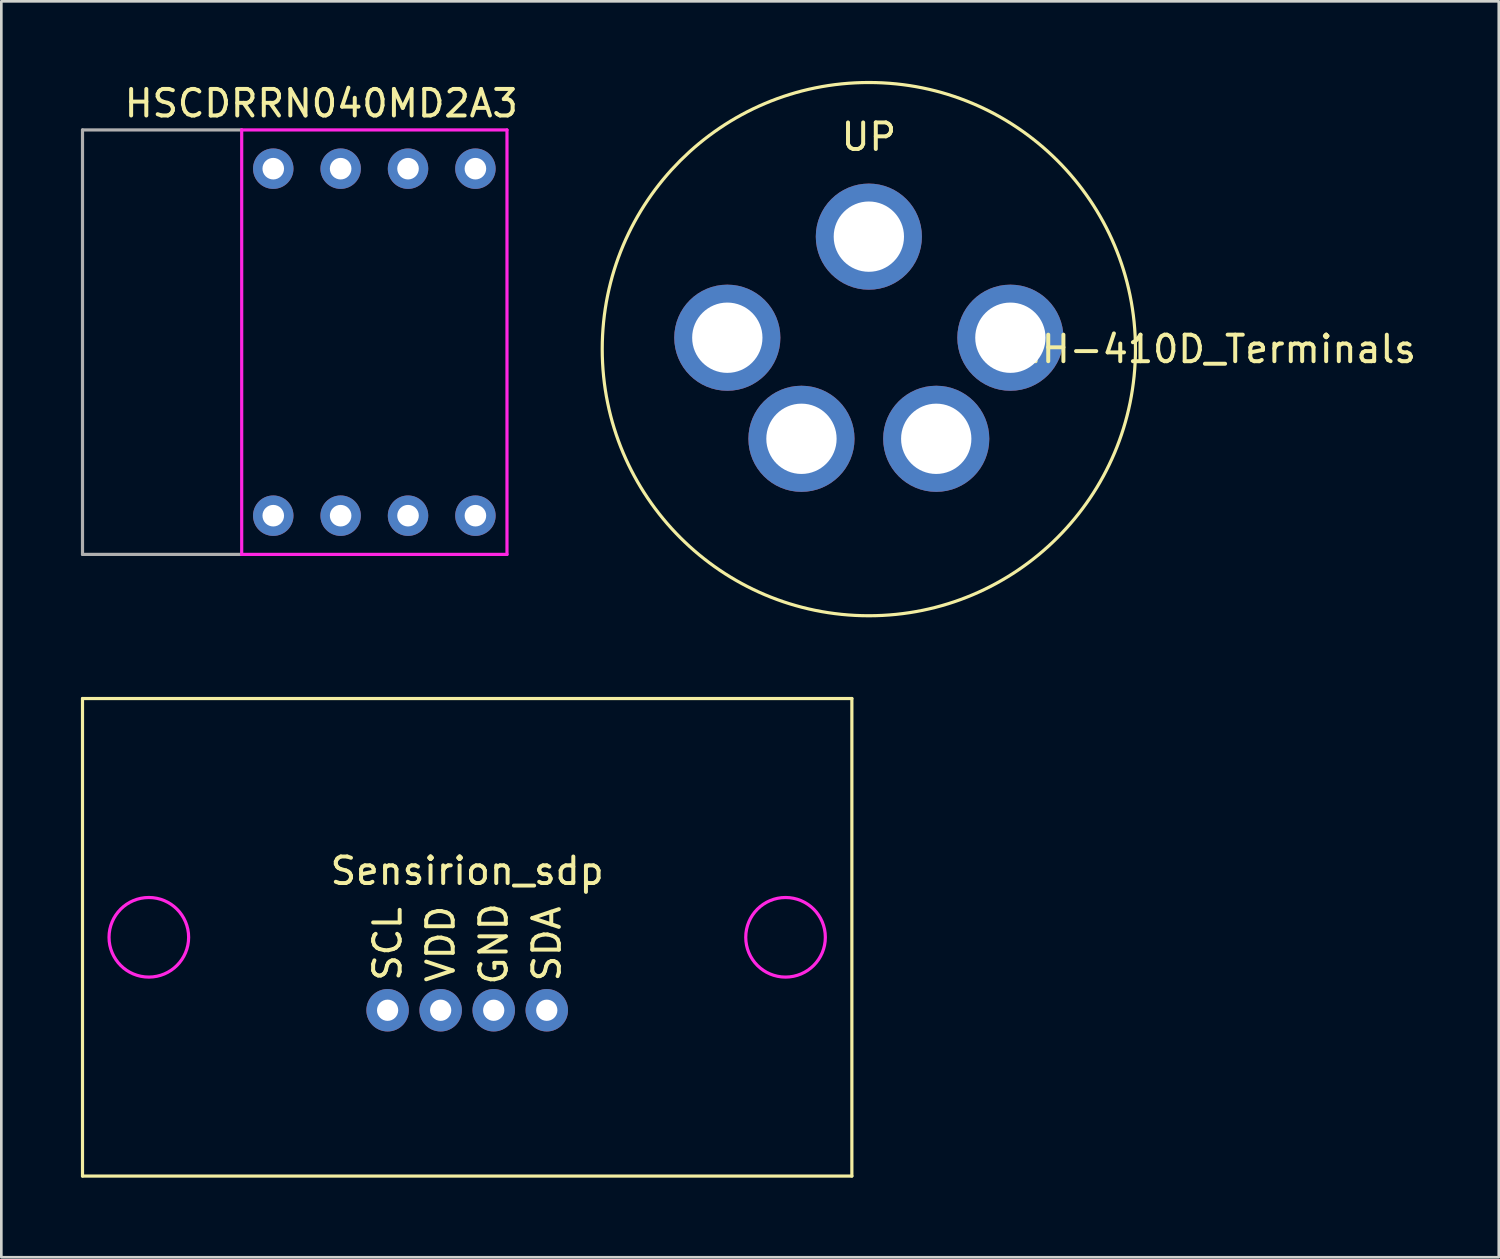
<source format=kicad_pcb>
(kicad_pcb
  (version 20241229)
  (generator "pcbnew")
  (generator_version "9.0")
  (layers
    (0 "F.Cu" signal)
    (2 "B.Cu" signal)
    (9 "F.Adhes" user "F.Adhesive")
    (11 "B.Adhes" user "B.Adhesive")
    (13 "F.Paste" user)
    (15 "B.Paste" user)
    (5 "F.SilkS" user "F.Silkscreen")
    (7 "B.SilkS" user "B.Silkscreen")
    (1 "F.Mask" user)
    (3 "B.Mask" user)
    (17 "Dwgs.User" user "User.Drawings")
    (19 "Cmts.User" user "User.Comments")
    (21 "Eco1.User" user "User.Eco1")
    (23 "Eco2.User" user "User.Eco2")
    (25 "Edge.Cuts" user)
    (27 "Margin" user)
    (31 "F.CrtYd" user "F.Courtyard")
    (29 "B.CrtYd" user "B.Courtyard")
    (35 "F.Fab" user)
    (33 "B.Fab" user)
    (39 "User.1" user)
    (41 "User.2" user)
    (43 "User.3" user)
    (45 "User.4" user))
  (footprint "Sensirion_sdp"
    (layer "F.Cu")
    (at 14.56 32.28)
    (property "Reference" "Sensirion_sdp" (at 0 -2.5 0) (layer "F.SilkS") (effects (font (size 1 1) (thickness 0.15))))
    (attr through_hole)
    (fp_line (start -14.5 -9) (end 14.5 -9) (stroke (width 0.12) (type solid)) (layer "F.SilkS"))
    (fp_line (start -14.5 9) (end -14.5 -9) (stroke (width 0.12) (type solid)) (layer "F.SilkS"))
    (fp_line (start 14.5 -9) (end 14.5 9) (stroke (width 0.12) (type solid)) (layer "F.SilkS"))
    (fp_line (start 14.5 9) (end -14.5 9) (stroke (width 0.12) (type solid)) (layer "F.SilkS"))
    (fp_circle (center -12 0) (end -10.5 0) (stroke (width 0.12) (type solid)) (fill no) (layer "F.CrtYd"))
    (fp_circle (center 12 0) (end 10.5 0) (stroke (width 0.12) (type solid)) (fill no) (layer "F.CrtYd"))
    (fp_text user "SDA" (at 3 0.25 90) (layer "F.SilkS") (effects (font (size 1 1) (thickness 0.15))))
    (fp_text user "VDD" (at -1 0.25 90) (layer "F.SilkS") (effects (font (size 1 1) (thickness 0.15))))
    (fp_text user "GND" (at 1 0.25 90) (layer "F.SilkS") (effects (font (size 1 1) (thickness 0.15))))
    (fp_text user "SCL" (at -3 0.25 90) (layer "F.SilkS") (effects (font (size 1 1) (thickness 0.15))))
    (pad "1" thru_hole circle (at -3 2.75) (size 1.6 1.6) (drill 0.8) (layers "*.Cu" "*.Mask"))
    (pad "2" thru_hole circle (at -1 2.75) (size 1.6 1.6) (drill 0.8) (layers "*.Cu" "*.Mask"))
    (pad "3" thru_hole circle (at 1 2.75) (size 1.6 1.6) (drill 0.8) (layers "*.Cu" "*.Mask"))
    (pad "4" thru_hole circle (at 3 2.75) (size 1.6 1.6) (drill 0.8) (layers "*.Cu" "*.Mask")))
  (footprint "HSCDRRN040MD2A3"
    (layer "F.Cu")
    (at 11.06 9.848)
    (property "Reference" "HSCDRRN040MD2A3" (at -2 -9 0) (layer "F.SilkS") (effects (font (size 1 1) (thickness 0.15))))
    (attr through_hole)
    (fp_line (start -5 -8) (end 5 -8) (stroke (width 0.12) (type solid)) (layer "F.CrtYd"))
    (fp_line (start -5 8) (end -5 -8) (stroke (width 0.12) (type solid)) (layer "F.CrtYd"))
    (fp_line (start 5 -8) (end 5 8) (stroke (width 0.12) (type solid)) (layer "F.CrtYd"))
    (fp_line (start 5 8) (end -5 8) (stroke (width 0.12) (type solid)) (layer "F.CrtYd"))
    (fp_line (start -11 -8) (end -5 -8) (stroke (width 0.12) (type solid)) (layer "F.Fab"))
    (fp_line (start -11 8) (end -11 -8) (stroke (width 0.12) (type solid)) (layer "F.Fab"))
    (fp_line (start -5 8) (end -11 8) (stroke (width 0.12) (type solid)) (layer "F.Fab"))
    (pad "1" thru_hole circle (at -3.81 6.54) (size 1.524 1.524) (drill 0.813) (layers "*.Cu" "*.Mask"))
    (pad "2" thru_hole circle (at -1.27 6.54) (size 1.524 1.524) (drill 0.813) (layers "*.Cu" "*.Mask"))
    (pad "3" thru_hole circle (at 1.27 6.54) (size 1.524 1.524) (drill 0.813) (layers "*.Cu" "*.Mask"))
    (pad "4" thru_hole circle (at 3.81 6.54) (size 1.524 1.524) (drill 0.813) (layers "*.Cu" "*.Mask"))
    (pad "5" thru_hole circle (at -3.81 -6.54) (size 1.524 1.524) (drill 0.813) (layers "*.Cu" "*.Mask"))
    (pad "6" thru_hole circle (at -1.27 -6.54) (size 1.524 1.524) (drill 0.813) (layers "*.Cu" "*.Mask"))
    (pad "7" thru_hole circle (at 1.27 -6.54) (size 1.524 1.524) (drill 0.813) (layers "*.Cu" "*.Mask"))
    (pad "8" thru_hole circle (at 3.81 -6.54) (size 1.524 1.524) (drill 0.813) (layers "*.Cu" "*.Mask")))
  (footprint "MH-410D_Terminals"
    (layer "F.Cu")
    (at 29.7 10.11)
    (property "Reference" "MH-410D_Terminals" (at 13 0 0) (layer "F.SilkS") (effects (font (size 1 1) (thickness 0.15))))
    (attr through_hole)
    (fp_circle (center 0 0) (end -1 -10) (stroke (width 0.12) (type solid)) (fill no) (layer "F.SilkS"))
    (fp_text user "UP" (at 0 -8 0) (layer "F.SilkS") (effects (font (size 1 1) (thickness 0.15))))
    (pad "1" thru_hole circle (at -2.54 3.38) (size 4 4) (drill 2.65) (layers "*.Cu" "*.Mask"))
    (pad "2" thru_hole circle (at 2.54 3.38) (size 4 4) (drill 2.65) (layers "*.Cu" "*.Mask"))
    (pad "3" thru_hole circle (at 5.335 -0.43) (size 4 4) (drill 2.65) (layers "*.Cu" "*.Mask"))
    (pad "4" thru_hole circle (at -5.335 -0.43) (size 4 4) (drill 2.65) (layers "*.Cu" "*.Mask"))
    (pad "5" thru_hole circle (at 0 -4.24) (size 4 4) (drill 2.65) (layers "*.Cu" "*.Mask")))
  (gr_rect
    (start -3 -3)
    (end 53.444 44.34)
    (stroke (width 0.1) (type default))
    (fill no)
    (layer "Edge.Cuts")))
</source>
